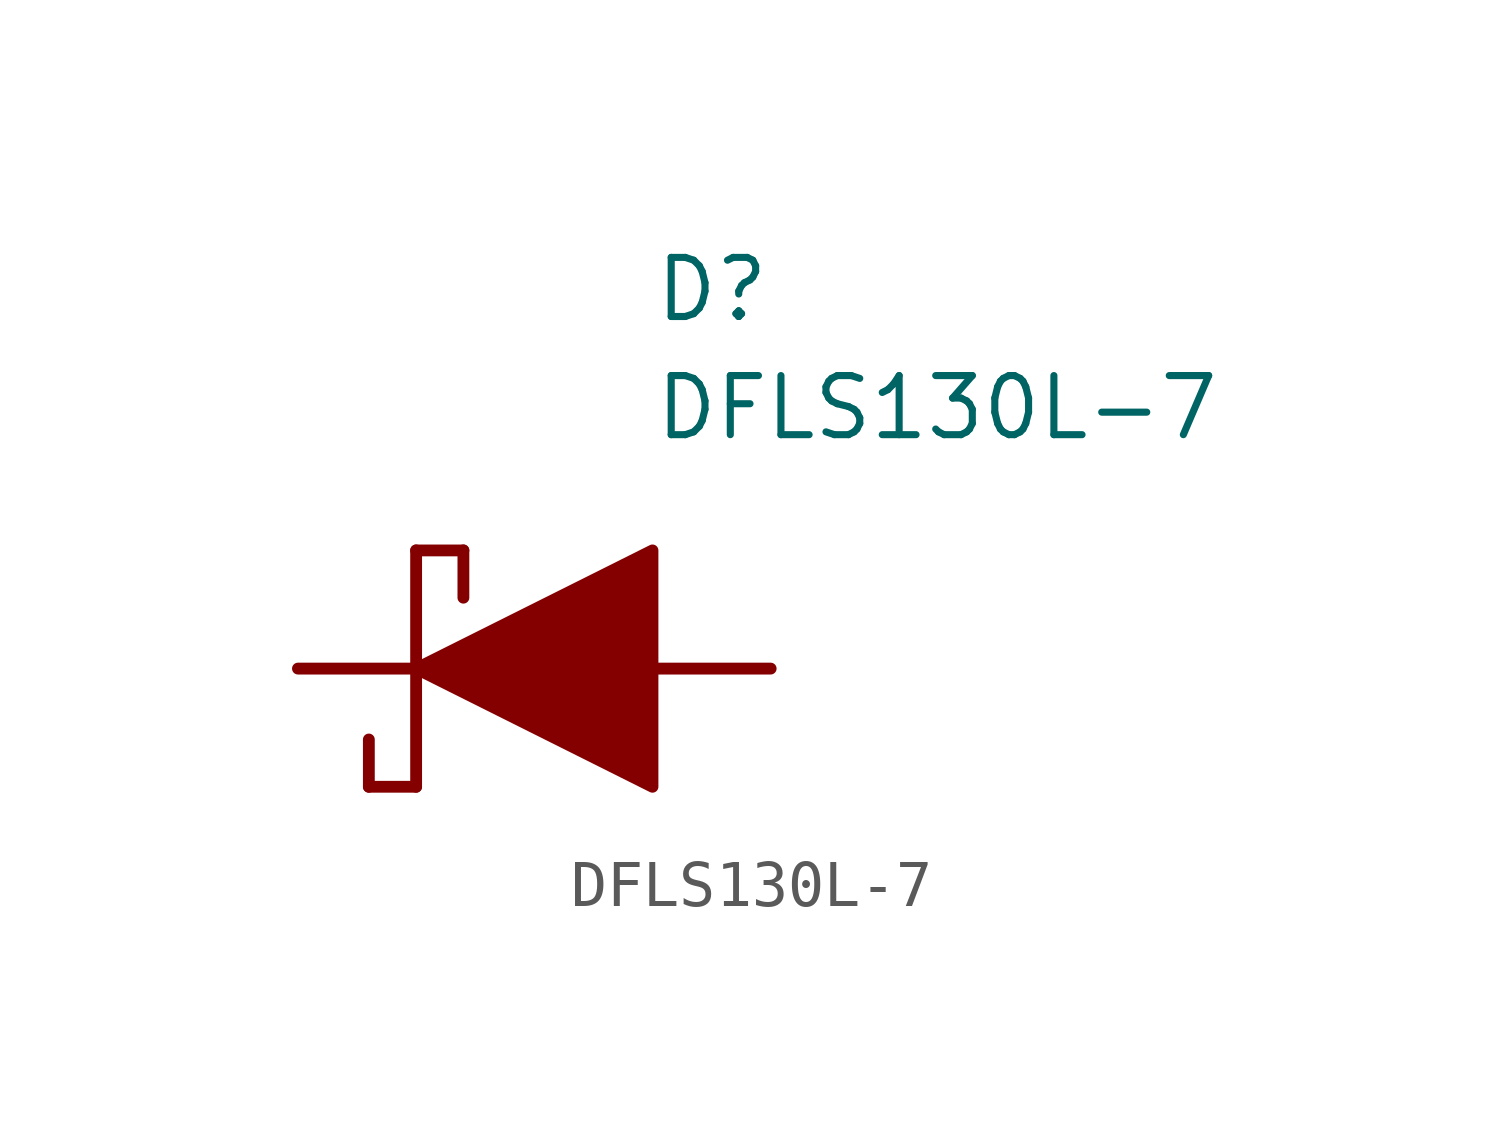
<source format=kicad_sym>
(kicad_symbol_lib
  (version 20241209)
  (generator "kicad_symbol_editor")
  (generator_version "9.0")
  (symbol "DFLS130L-7"
    (pin_names
      (hide yes))
    (property "Reference" "D"
      (at 12.7 8.89 0)
      (effects (font (size 1.27 1.27)) (justify left top)))
    (property "Value" "DFLS130L-7"
      (at 12.7 6.35 0)
      (effects (font (size 1.27 1.27)) (justify left top)))
    (symbol "DFLS130L-7_1_1"
      (polyline (pts (xy 5.08 0) (xy 7.62 0)) (stroke (width 0.254) (type default)) (fill (type none)))
      (polyline (pts (xy 6.604 -1.524) (xy 6.604 -2.54)) (stroke (width 0.254) (type default)) (fill (type none)))
      (polyline (pts (xy 7.62 2.54) (xy 7.62 -2.54)) (stroke (width 0.254) (type default)) (fill (type none)))
      (polyline (pts (xy 7.62 2.54) (xy 8.636 2.54)) (stroke (width 0.254) (type default)) (fill (type none)))
      (polyline (pts (xy 7.62 0) (xy 12.7 2.54) (xy 12.7 -2.54) (xy 7.62 0)) (stroke (width 0.254) (type default)) (fill (type outline)))
      (polyline (pts (xy 7.62 -2.54) (xy 6.604 -2.54)) (stroke (width 0.254) (type default)) (fill (type none)))
      (polyline (pts (xy 8.636 1.524) (xy 8.636 2.54)) (stroke (width 0.254) (type default)) (fill (type none)))
      (polyline (pts (xy 12.7 0) (xy 15.24 0)) (stroke (width 0.254) (type default)) (fill (type none)))
      (pin passive line (at 5.08 0 0) (length 2.54) (hide yes) (name "K" (effects (font (size 1.27 1.27)))) (number "1" (effects (font (size 1.27 1.27)))))
      (pin passive line (at 15.24 0 180) (length 2.54) (hide yes) (name "A" (effects (font (size 1.27 1.27)))) (number "2" (effects (font (size 1.27 1.27))))))))
</source>
